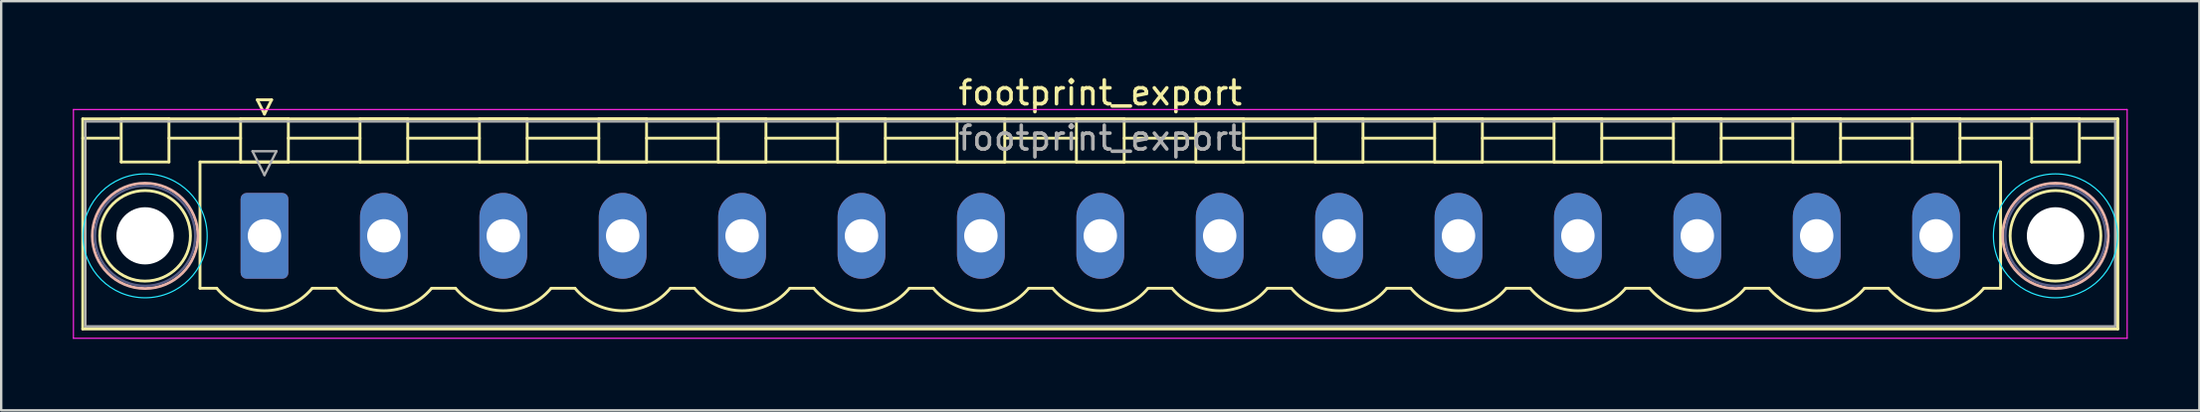
<source format=kicad_pcb>
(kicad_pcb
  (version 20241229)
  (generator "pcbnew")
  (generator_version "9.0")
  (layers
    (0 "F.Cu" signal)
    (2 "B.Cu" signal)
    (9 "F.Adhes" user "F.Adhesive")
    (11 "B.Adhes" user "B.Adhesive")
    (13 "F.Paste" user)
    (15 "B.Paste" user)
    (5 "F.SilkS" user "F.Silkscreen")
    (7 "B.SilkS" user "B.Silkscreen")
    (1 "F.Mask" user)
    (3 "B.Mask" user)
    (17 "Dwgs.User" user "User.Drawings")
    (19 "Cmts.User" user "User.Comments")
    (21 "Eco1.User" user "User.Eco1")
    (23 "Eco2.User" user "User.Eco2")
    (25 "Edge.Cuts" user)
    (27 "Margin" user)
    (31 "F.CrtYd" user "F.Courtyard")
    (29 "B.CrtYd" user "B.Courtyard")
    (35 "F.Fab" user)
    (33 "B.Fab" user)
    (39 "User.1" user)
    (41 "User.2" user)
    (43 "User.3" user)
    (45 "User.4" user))
  (footprint "footprint_export"
    (layer "F.Cu")
    (at 8.025 6.848)
    (property "Reference" "footprint_export" (at 35 -6 0) (layer "F.SilkS") (effects (font (size 1 1) (thickness 0.15))))
    (attr through_hole)
    (fp_line (start -7.61 -4.91) (end -7.61 3.91) (stroke (width 0.12) (type solid)) (layer "F.SilkS"))
    (fp_line (start -7.61 -4.1) (end -6.11 -4.1) (stroke (width 0.12) (type solid)) (layer "F.SilkS"))
    (fp_line (start -7.61 3.91) (end 77.61 3.91) (stroke (width 0.12) (type solid)) (layer "F.SilkS"))
    (fp_line (start -6 -4.91) (end -4 -4.91) (stroke (width 0.12) (type solid)) (layer "F.SilkS"))
    (fp_line (start -6 -3.1) (end -6 -4.91) (stroke (width 0.12) (type solid)) (layer "F.SilkS"))
    (fp_line (start -4 -4.91) (end -4 -3.1) (stroke (width 0.12) (type solid)) (layer "F.SilkS"))
    (fp_line (start -4 -4.1) (end -1 -4.1) (stroke (width 0.12) (type solid)) (layer "F.SilkS"))
    (fp_line (start -4 -3.1) (end -6 -3.1) (stroke (width 0.12) (type solid)) (layer "F.SilkS"))
    (fp_line (start -2.7 -3.1) (end 72.7 -3.1) (stroke (width 0.12) (type solid)) (layer "F.SilkS"))
    (fp_line (start -2.7 2.2) (end -2.7 -3.1) (stroke (width 0.12) (type solid)) (layer "F.SilkS"))
    (fp_line (start -2 2.2) (end -2.7 2.2) (stroke (width 0.12) (type solid)) (layer "F.SilkS"))
    (fp_line (start -1 -4.91) (end 1 -4.91) (stroke (width 0.12) (type solid)) (layer "F.SilkS"))
    (fp_line (start -1 -3.1) (end -1 -4.91) (stroke (width 0.12) (type solid)) (layer "F.SilkS"))
    (fp_line (start -0.3 -5.71) (end 0.3 -5.71) (stroke (width 0.12) (type solid)) (layer "F.SilkS"))
    (fp_line (start 0 -5.11) (end -0.3 -5.71) (stroke (width 0.12) (type solid)) (layer "F.SilkS"))
    (fp_line (start 0.3 -5.71) (end 0 -5.11) (stroke (width 0.12) (type solid)) (layer "F.SilkS"))
    (fp_line (start 1 -4.91) (end 1 -3.1) (stroke (width 0.12) (type solid)) (layer "F.SilkS"))
    (fp_line (start 1 -4.1) (end 4 -4.1) (stroke (width 0.12) (type solid)) (layer "F.SilkS"))
    (fp_line (start 1 -3.1) (end -1 -3.1) (stroke (width 0.12) (type solid)) (layer "F.SilkS"))
    (fp_line (start 2 2.2) (end 3 2.2) (stroke (width 0.12) (type solid)) (layer "F.SilkS"))
    (fp_line (start 4 -4.91) (end 6 -4.91) (stroke (width 0.12) (type solid)) (layer "F.SilkS"))
    (fp_line (start 4 -3.1) (end 4 -4.91) (stroke (width 0.12) (type solid)) (layer "F.SilkS"))
    (fp_line (start 6 -4.91) (end 6 -3.1) (stroke (width 0.12) (type solid)) (layer "F.SilkS"))
    (fp_line (start 6 -4.1) (end 9 -4.1) (stroke (width 0.12) (type solid)) (layer "F.SilkS"))
    (fp_line (start 6 -3.1) (end 4 -3.1) (stroke (width 0.12) (type solid)) (layer "F.SilkS"))
    (fp_line (start 7 2.2) (end 8 2.2) (stroke (width 0.12) (type solid)) (layer "F.SilkS"))
    (fp_line (start 9 -4.91) (end 11 -4.91) (stroke (width 0.12) (type solid)) (layer "F.SilkS"))
    (fp_line (start 9 -3.1) (end 9 -4.91) (stroke (width 0.12) (type solid)) (layer "F.SilkS"))
    (fp_line (start 11 -4.91) (end 11 -3.1) (stroke (width 0.12) (type solid)) (layer "F.SilkS"))
    (fp_line (start 11 -4.1) (end 14 -4.1) (stroke (width 0.12) (type solid)) (layer "F.SilkS"))
    (fp_line (start 11 -3.1) (end 9 -3.1) (stroke (width 0.12) (type solid)) (layer "F.SilkS"))
    (fp_line (start 12 2.2) (end 13 2.2) (stroke (width 0.12) (type solid)) (layer "F.SilkS"))
    (fp_line (start 14 -4.91) (end 16 -4.91) (stroke (width 0.12) (type solid)) (layer "F.SilkS"))
    (fp_line (start 14 -3.1) (end 14 -4.91) (stroke (width 0.12) (type solid)) (layer "F.SilkS"))
    (fp_line (start 16 -4.91) (end 16 -3.1) (stroke (width 0.12) (type solid)) (layer "F.SilkS"))
    (fp_line (start 16 -4.1) (end 19 -4.1) (stroke (width 0.12) (type solid)) (layer "F.SilkS"))
    (fp_line (start 16 -3.1) (end 14 -3.1) (stroke (width 0.12) (type solid)) (layer "F.SilkS"))
    (fp_line (start 17 2.2) (end 18 2.2) (stroke (width 0.12) (type solid)) (layer "F.SilkS"))
    (fp_line (start 19 -4.91) (end 21 -4.91) (stroke (width 0.12) (type solid)) (layer "F.SilkS"))
    (fp_line (start 19 -3.1) (end 19 -4.91) (stroke (width 0.12) (type solid)) (layer "F.SilkS"))
    (fp_line (start 21 -4.91) (end 21 -3.1) (stroke (width 0.12) (type solid)) (layer "F.SilkS"))
    (fp_line (start 21 -4.1) (end 24 -4.1) (stroke (width 0.12) (type solid)) (layer "F.SilkS"))
    (fp_line (start 21 -3.1) (end 19 -3.1) (stroke (width 0.12) (type solid)) (layer "F.SilkS"))
    (fp_line (start 22 2.2) (end 23 2.2) (stroke (width 0.12) (type solid)) (layer "F.SilkS"))
    (fp_line (start 24 -4.91) (end 26 -4.91) (stroke (width 0.12) (type solid)) (layer "F.SilkS"))
    (fp_line (start 24 -3.1) (end 24 -4.91) (stroke (width 0.12) (type solid)) (layer "F.SilkS"))
    (fp_line (start 26 -4.91) (end 26 -3.1) (stroke (width 0.12) (type solid)) (layer "F.SilkS"))
    (fp_line (start 26 -4.1) (end 29 -4.1) (stroke (width 0.12) (type solid)) (layer "F.SilkS"))
    (fp_line (start 26 -3.1) (end 24 -3.1) (stroke (width 0.12) (type solid)) (layer "F.SilkS"))
    (fp_line (start 27 2.2) (end 28 2.2) (stroke (width 0.12) (type solid)) (layer "F.SilkS"))
    (fp_line (start 29 -4.91) (end 31 -4.91) (stroke (width 0.12) (type solid)) (layer "F.SilkS"))
    (fp_line (start 29 -3.1) (end 29 -4.91) (stroke (width 0.12) (type solid)) (layer "F.SilkS"))
    (fp_line (start 31 -4.91) (end 31 -3.1) (stroke (width 0.12) (type solid)) (layer "F.SilkS"))
    (fp_line (start 31 -4.1) (end 34 -4.1) (stroke (width 0.12) (type solid)) (layer "F.SilkS"))
    (fp_line (start 31 -3.1) (end 29 -3.1) (stroke (width 0.12) (type solid)) (layer "F.SilkS"))
    (fp_line (start 32 2.2) (end 33 2.2) (stroke (width 0.12) (type solid)) (layer "F.SilkS"))
    (fp_line (start 34 -4.91) (end 36 -4.91) (stroke (width 0.12) (type solid)) (layer "F.SilkS"))
    (fp_line (start 34 -3.1) (end 34 -4.91) (stroke (width 0.12) (type solid)) (layer "F.SilkS"))
    (fp_line (start 36 -4.91) (end 36 -3.1) (stroke (width 0.12) (type solid)) (layer "F.SilkS"))
    (fp_line (start 36 -4.1) (end 39 -4.1) (stroke (width 0.12) (type solid)) (layer "F.SilkS"))
    (fp_line (start 36 -3.1) (end 34 -3.1) (stroke (width 0.12) (type solid)) (layer "F.SilkS"))
    (fp_line (start 37 2.2) (end 38 2.2) (stroke (width 0.12) (type solid)) (layer "F.SilkS"))
    (fp_line (start 39 -4.91) (end 41 -4.91) (stroke (width 0.12) (type solid)) (layer "F.SilkS"))
    (fp_line (start 39 -3.1) (end 39 -4.91) (stroke (width 0.12) (type solid)) (layer "F.SilkS"))
    (fp_line (start 41 -4.91) (end 41 -3.1) (stroke (width 0.12) (type solid)) (layer "F.SilkS"))
    (fp_line (start 41 -4.1) (end 44 -4.1) (stroke (width 0.12) (type solid)) (layer "F.SilkS"))
    (fp_line (start 41 -3.1) (end 39 -3.1) (stroke (width 0.12) (type solid)) (layer "F.SilkS"))
    (fp_line (start 42 2.2) (end 43 2.2) (stroke (width 0.12) (type solid)) (layer "F.SilkS"))
    (fp_line (start 44 -4.91) (end 46 -4.91) (stroke (width 0.12) (type solid)) (layer "F.SilkS"))
    (fp_line (start 44 -3.1) (end 44 -4.91) (stroke (width 0.12) (type solid)) (layer "F.SilkS"))
    (fp_line (start 46 -4.91) (end 46 -3.1) (stroke (width 0.12) (type solid)) (layer "F.SilkS"))
    (fp_line (start 46 -4.1) (end 49 -4.1) (stroke (width 0.12) (type solid)) (layer "F.SilkS"))
    (fp_line (start 46 -3.1) (end 44 -3.1) (stroke (width 0.12) (type solid)) (layer "F.SilkS"))
    (fp_line (start 47 2.2) (end 48 2.2) (stroke (width 0.12) (type solid)) (layer "F.SilkS"))
    (fp_line (start 49 -4.91) (end 51 -4.91) (stroke (width 0.12) (type solid)) (layer "F.SilkS"))
    (fp_line (start 49 -3.1) (end 49 -4.91) (stroke (width 0.12) (type solid)) (layer "F.SilkS"))
    (fp_line (start 51 -4.91) (end 51 -3.1) (stroke (width 0.12) (type solid)) (layer "F.SilkS"))
    (fp_line (start 51 -4.1) (end 54 -4.1) (stroke (width 0.12) (type solid)) (layer "F.SilkS"))
    (fp_line (start 51 -3.1) (end 49 -3.1) (stroke (width 0.12) (type solid)) (layer "F.SilkS"))
    (fp_line (start 52 2.2) (end 53 2.2) (stroke (width 0.12) (type solid)) (layer "F.SilkS"))
    (fp_line (start 54 -4.91) (end 56 -4.91) (stroke (width 0.12) (type solid)) (layer "F.SilkS"))
    (fp_line (start 54 -3.1) (end 54 -4.91) (stroke (width 0.12) (type solid)) (layer "F.SilkS"))
    (fp_line (start 56 -4.91) (end 56 -3.1) (stroke (width 0.12) (type solid)) (layer "F.SilkS"))
    (fp_line (start 56 -4.1) (end 59 -4.1) (stroke (width 0.12) (type solid)) (layer "F.SilkS"))
    (fp_line (start 56 -3.1) (end 54 -3.1) (stroke (width 0.12) (type solid)) (layer "F.SilkS"))
    (fp_line (start 57 2.2) (end 58 2.2) (stroke (width 0.12) (type solid)) (layer "F.SilkS"))
    (fp_line (start 59 -4.91) (end 61 -4.91) (stroke (width 0.12) (type solid)) (layer "F.SilkS"))
    (fp_line (start 59 -3.1) (end 59 -4.91) (stroke (width 0.12) (type solid)) (layer "F.SilkS"))
    (fp_line (start 61 -4.91) (end 61 -3.1) (stroke (width 0.12) (type solid)) (layer "F.SilkS"))
    (fp_line (start 61 -4.1) (end 64 -4.1) (stroke (width 0.12) (type solid)) (layer "F.SilkS"))
    (fp_line (start 61 -3.1) (end 59 -3.1) (stroke (width 0.12) (type solid)) (layer "F.SilkS"))
    (fp_line (start 62 2.2) (end 63 2.2) (stroke (width 0.12) (type solid)) (layer "F.SilkS"))
    (fp_line (start 64 -4.91) (end 66 -4.91) (stroke (width 0.12) (type solid)) (layer "F.SilkS"))
    (fp_line (start 64 -3.1) (end 64 -4.91) (stroke (width 0.12) (type solid)) (layer "F.SilkS"))
    (fp_line (start 66 -4.91) (end 66 -3.1) (stroke (width 0.12) (type solid)) (layer "F.SilkS"))
    (fp_line (start 66 -4.1) (end 69 -4.1) (stroke (width 0.12) (type solid)) (layer "F.SilkS"))
    (fp_line (start 66 -3.1) (end 64 -3.1) (stroke (width 0.12) (type solid)) (layer "F.SilkS"))
    (fp_line (start 67 2.2) (end 68 2.2) (stroke (width 0.12) (type solid)) (layer "F.SilkS"))
    (fp_line (start 69 -4.91) (end 71 -4.91) (stroke (width 0.12) (type solid)) (layer "F.SilkS"))
    (fp_line (start 69 -3.1) (end 69 -4.91) (stroke (width 0.12) (type solid)) (layer "F.SilkS"))
    (fp_line (start 71 -4.91) (end 71 -3.1) (stroke (width 0.12) (type solid)) (layer "F.SilkS"))
    (fp_line (start 71 -4.1) (end 74 -4.1) (stroke (width 0.12) (type solid)) (layer "F.SilkS"))
    (fp_line (start 71 -3.1) (end 69 -3.1) (stroke (width 0.12) (type solid)) (layer "F.SilkS"))
    (fp_line (start 72.7 -3.1) (end 72.7 2.2) (stroke (width 0.12) (type solid)) (layer "F.SilkS"))
    (fp_line (start 72.7 2.2) (end 72 2.2) (stroke (width 0.12) (type solid)) (layer "F.SilkS"))
    (fp_line (start 74 -4.91) (end 76 -4.91) (stroke (width 0.12) (type solid)) (layer "F.SilkS"))
    (fp_line (start 74 -3.1) (end 74 -4.91) (stroke (width 0.12) (type solid)) (layer "F.SilkS"))
    (fp_line (start 76 -4.91) (end 76 -3.1) (stroke (width 0.12) (type solid)) (layer "F.SilkS"))
    (fp_line (start 76 -3.1) (end 74 -3.1) (stroke (width 0.12) (type solid)) (layer "F.SilkS"))
    (fp_line (start 77.61 -4.91) (end -7.61 -4.91) (stroke (width 0.12) (type solid)) (layer "F.SilkS"))
    (fp_line (start 77.61 -4.1) (end 76.11 -4.1) (stroke (width 0.12) (type solid)) (layer "F.SilkS"))
    (fp_line (start 77.61 3.91) (end 77.61 -4.91) (stroke (width 0.12) (type solid)) (layer "F.SilkS"))
    (fp_arc (start 1.986842 2.215821) (mid -0.010289 3.142758) (end -2 2.2) (stroke (width 0.12) (type solid)) (layer "F.SilkS"))
    (fp_arc (start 6.986842 2.215821) (mid 4.989711 3.142758) (end 3 2.2) (stroke (width 0.12) (type solid)) (layer "F.SilkS"))
    (fp_arc (start 11.986842 2.215821) (mid 9.989711 3.142758) (end 8 2.2) (stroke (width 0.12) (type solid)) (layer "F.SilkS"))
    (fp_arc (start 16.986842 2.215821) (mid 14.989711 3.142758) (end 13 2.2) (stroke (width 0.12) (type solid)) (layer "F.SilkS"))
    (fp_arc (start 21.986842 2.215821) (mid 19.989711 3.142758) (end 18 2.2) (stroke (width 0.12) (type solid)) (layer "F.SilkS"))
    (fp_arc (start 26.986842 2.215821) (mid 24.989711 3.142758) (end 23 2.2) (stroke (width 0.12) (type solid)) (layer "F.SilkS"))
    (fp_arc (start 31.986842 2.215821) (mid 29.989711 3.142758) (end 28 2.2) (stroke (width 0.12) (type solid)) (layer "F.SilkS"))
    (fp_arc (start 36.986842 2.215821) (mid 34.989711 3.142758) (end 33 2.2) (stroke (width 0.12) (type solid)) (layer "F.SilkS"))
    (fp_arc (start 41.986842 2.215821) (mid 39.989711 3.142758) (end 38 2.2) (stroke (width 0.12) (type solid)) (layer "F.SilkS"))
    (fp_arc (start 46.986842 2.215821) (mid 44.989711 3.142758) (end 43 2.2) (stroke (width 0.12) (type solid)) (layer "F.SilkS"))
    (fp_arc (start 51.986842 2.215821) (mid 49.989711 3.142758) (end 48 2.2) (stroke (width 0.12) (type solid)) (layer "F.SilkS"))
    (fp_arc (start 56.986842 2.215821) (mid 54.989711 3.142758) (end 53 2.2) (stroke (width 0.12) (type solid)) (layer "F.SilkS"))
    (fp_arc (start 61.986842 2.215821) (mid 59.989711 3.142758) (end 58 2.2) (stroke (width 0.12) (type solid)) (layer "F.SilkS"))
    (fp_arc (start 66.986842 2.215821) (mid 64.989711 3.142758) (end 63 2.2) (stroke (width 0.12) (type solid)) (layer "F.SilkS"))
    (fp_arc (start 71.986842 2.215821) (mid 69.989711 3.142758) (end 68 2.2) (stroke (width 0.12) (type solid)) (layer "F.SilkS"))
    (fp_circle (center -5 0) (end -3.1 0) (stroke (width 0.12) (type solid)) (fill no) (layer "F.SilkS"))
    (fp_circle (center 75 0) (end 76.9 0) (stroke (width 0.12) (type solid)) (fill no) (layer "F.SilkS"))
    (fp_circle (center -5 0) (end -2.79 0) (stroke (width 0.12) (type solid)) (fill no) (layer "B.SilkS"))
    (fp_circle (center 75 0) (end 77.21 0) (stroke (width 0.12) (type solid)) (fill no) (layer "B.SilkS"))
    (fp_circle (center -5 0) (end -2.4 0) (stroke (width 0.05) (type solid)) (fill no) (layer "B.CrtYd"))
    (fp_circle (center 75 0) (end 77.6 0) (stroke (width 0.05) (type solid)) (fill no) (layer "B.CrtYd"))
    (fp_line (start -8 -5.3) (end -8 4.3) (stroke (width 0.05) (type solid)) (layer "F.CrtYd"))
    (fp_line (start -8 4.3) (end 78 4.3) (stroke (width 0.05) (type solid)) (layer "F.CrtYd"))
    (fp_line (start 78 -5.3) (end -8 -5.3) (stroke (width 0.05) (type solid)) (layer "F.CrtYd"))
    (fp_line (start 78 4.3) (end 78 -5.3) (stroke (width 0.05) (type solid)) (layer "F.CrtYd"))
    (fp_circle (center -5 0) (end -2.9 0) (stroke (width 0.1) (type solid)) (fill no) (layer "B.Fab"))
    (fp_circle (center 75 0) (end 77.1 0) (stroke (width 0.1) (type solid)) (fill no) (layer "B.Fab"))
    (fp_line (start -7.5 -4.8) (end -7.5 3.8) (stroke (width 0.1) (type solid)) (layer "F.Fab"))
    (fp_line (start -7.5 3.8) (end 77.5 3.8) (stroke (width 0.1) (type solid)) (layer "F.Fab"))
    (fp_line (start -0.5 -3.55) (end 0.5 -3.55) (stroke (width 0.1) (type solid)) (layer "F.Fab"))
    (fp_line (start 0 -2.55) (end -0.5 -3.55) (stroke (width 0.1) (type solid)) (layer "F.Fab"))
    (fp_line (start 0.5 -3.55) (end 0 -2.55) (stroke (width 0.1) (type solid)) (layer "F.Fab"))
    (fp_line (start 77.5 -4.8) (end -7.5 -4.8) (stroke (width 0.1) (type solid)) (layer "F.Fab"))
    (fp_line (start 77.5 3.8) (end 77.5 -4.8) (stroke (width 0.1) (type solid)) (layer "F.Fab"))
    (fp_text user "${REFERENCE}" (at 35 -4.1 0) (layer "F.Fab") (effects (font (size 1 1) (thickness 0.15))))
    (pad "" np_thru_hole circle (at -5 0) (size 2.4 2.4) (drill 2.4) (layers "*.Cu" "*.Mask"))
    (pad "" np_thru_hole circle (at 75 0) (size 2.4 2.4) (drill 2.4) (layers "*.Cu" "*.Mask"))
    (pad "1" thru_hole roundrect (at 0 0) (size 2 3.6) (drill 1.4) (layers "*.Cu" "*.Mask") (roundrect_rratio 0.125))
    (pad "2" thru_hole oval (at 5 0) (size 2 3.6) (drill 1.4) (layers "*.Cu" "*.Mask"))
    (pad "3" thru_hole oval (at 10 0) (size 2 3.6) (drill 1.4) (layers "*.Cu" "*.Mask"))
    (pad "4" thru_hole oval (at 15 0) (size 2 3.6) (drill 1.4) (layers "*.Cu" "*.Mask"))
    (pad "5" thru_hole oval (at 20 0) (size 2 3.6) (drill 1.4) (layers "*.Cu" "*.Mask"))
    (pad "6" thru_hole oval (at 25 0) (size 2 3.6) (drill 1.4) (layers "*.Cu" "*.Mask"))
    (pad "7" thru_hole oval (at 30 0) (size 2 3.6) (drill 1.4) (layers "*.Cu" "*.Mask"))
    (pad "8" thru_hole oval (at 35 0) (size 2 3.6) (drill 1.4) (layers "*.Cu" "*.Mask"))
    (pad "9" thru_hole oval (at 40 0) (size 2 3.6) (drill 1.4) (layers "*.Cu" "*.Mask"))
    (pad "10" thru_hole oval (at 45 0) (size 2 3.6) (drill 1.4) (layers "*.Cu" "*.Mask"))
    (pad "11" thru_hole oval (at 50 0) (size 2 3.6) (drill 1.4) (layers "*.Cu" "*.Mask"))
    (pad "12" thru_hole oval (at 55 0) (size 2 3.6) (drill 1.4) (layers "*.Cu" "*.Mask"))
    (pad "13" thru_hole oval (at 60 0) (size 2 3.6) (drill 1.4) (layers "*.Cu" "*.Mask"))
    (pad "14" thru_hole oval (at 65 0) (size 2 3.6) (drill 1.4) (layers "*.Cu" "*.Mask"))
    (pad "15" thru_hole oval (at 70 0) (size 2 3.6) (drill 1.4) (layers "*.Cu" "*.Mask")))
  (gr_rect
    (start -3 -3)
    (end 89.05 14.173)
    (stroke (width 0.1) (type default))
    (fill no)
    (layer "Edge.Cuts")))
</source>
